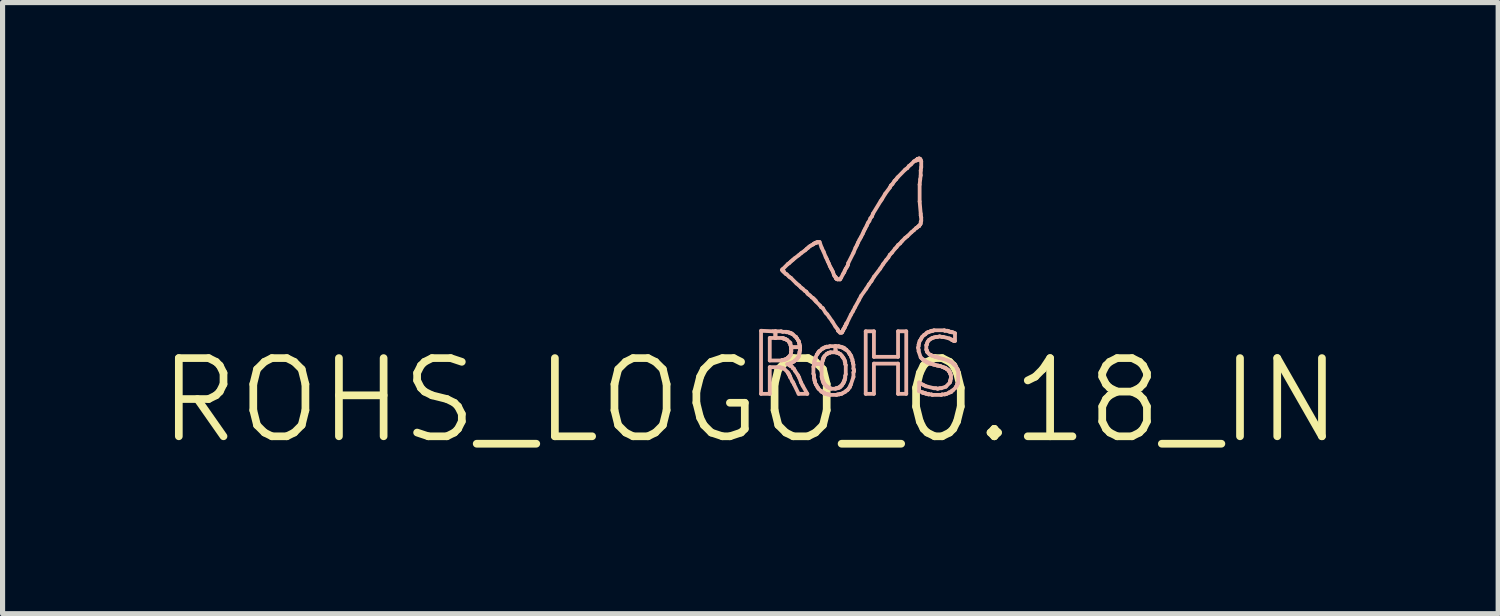
<source format=kicad_pcb>
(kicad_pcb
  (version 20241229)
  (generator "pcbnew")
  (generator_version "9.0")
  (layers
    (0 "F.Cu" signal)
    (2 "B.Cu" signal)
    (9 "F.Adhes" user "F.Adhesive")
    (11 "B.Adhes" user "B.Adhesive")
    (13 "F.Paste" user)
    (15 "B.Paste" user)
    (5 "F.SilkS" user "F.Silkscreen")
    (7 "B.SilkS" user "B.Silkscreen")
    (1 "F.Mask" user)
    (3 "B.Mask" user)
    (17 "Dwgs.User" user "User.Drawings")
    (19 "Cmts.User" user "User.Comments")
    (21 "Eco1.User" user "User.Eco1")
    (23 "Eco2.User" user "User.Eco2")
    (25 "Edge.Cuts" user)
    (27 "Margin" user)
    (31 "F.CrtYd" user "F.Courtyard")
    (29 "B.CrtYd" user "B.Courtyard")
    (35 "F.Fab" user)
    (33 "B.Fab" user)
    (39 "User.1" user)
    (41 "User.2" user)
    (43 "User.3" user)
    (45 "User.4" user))
  (footprint "ROHS_LOGO_0.18_IN"
    (layer "F.Cu")
    (at 11.575 4.756)
    (property "Reference" "ROHS_LOGO_0.18_IN" (at 0 0 0) (layer "F.SilkS") (effects (font (size 1.524 1.524) (thickness 0.15))))
    (attr exclude_from_pos_files exclude_from_bom)
    (fp_line (start 0.208 -1.359) (end 0.208 -0.13) (stroke (width 0.074) (type solid)) (layer "B.SilkS"))
    (fp_line (start 0.208 -0.13) (end 0.378 -0.13) (stroke (width 0.074) (type solid)) (layer "B.SilkS"))
    (fp_line (start 0.378 -1.219) (end 0.488 -1.219) (stroke (width 0.074) (type solid)) (layer "B.SilkS"))
    (fp_line (start 0.378 -0.78) (end 0.378 -1.219) (stroke (width 0.074) (type solid)) (layer "B.SilkS"))
    (fp_line (start 0.378 -0.65) (end 0.569 -0.65) (stroke (width 0.074) (type solid)) (layer "B.SilkS"))
    (fp_line (start 0.378 -0.13) (end 0.378 -0.65) (stroke (width 0.074) (type solid)) (layer "B.SilkS"))
    (fp_line (start 0.439 -1.349) (end 0.208 -1.359) (stroke (width 0.074) (type solid)) (layer "B.SilkS"))
    (fp_line (start 0.488 -1.349) (end 0.439 -1.349) (stroke (width 0.074) (type solid)) (layer "B.SilkS"))
    (fp_line (start 0.488 -1.349) (end 0.488 -1.219) (stroke (width 0.074) (type solid)) (layer "B.SilkS"))
    (fp_line (start 0.488 -1.219) (end 0.488 -1.349) (stroke (width 0.074) (type solid)) (layer "B.SilkS"))
    (fp_line (start 0.488 -1.219) (end 0.63 -1.219) (stroke (width 0.074) (type solid)) (layer "B.SilkS"))
    (fp_line (start 0.569 -0.65) (end 0.589 -0.64) (stroke (width 0.074) (type solid)) (layer "B.SilkS"))
    (fp_line (start 0.589 -0.64) (end 0.61 -0.64) (stroke (width 0.074) (type solid)) (layer "B.SilkS"))
    (fp_line (start 0.599 -1.349) (end 0.488 -1.349) (stroke (width 0.074) (type solid)) (layer "B.SilkS"))
    (fp_line (start 0.61 -0.78) (end 0.378 -0.78) (stroke (width 0.074) (type solid)) (layer "B.SilkS"))
    (fp_line (start 0.61 -0.64) (end 0.63 -0.63) (stroke (width 0.074) (type solid)) (layer "B.SilkS"))
    (fp_line (start 0.62 -2.55) (end 0.63 -2.55) (stroke (width 0.074) (type solid)) (layer "B.SilkS"))
    (fp_line (start 0.62 -2.54) (end 0.62 -2.55) (stroke (width 0.074) (type solid)) (layer "B.SilkS"))
    (fp_line (start 0.62 -0.79) (end 0.61 -0.78) (stroke (width 0.074) (type solid)) (layer "B.SilkS"))
    (fp_line (start 0.63 -2.56) (end 0.729 -2.659) (stroke (width 0.074) (type solid)) (layer "B.SilkS"))
    (fp_line (start 0.63 -2.55) (end 0.63 -2.56) (stroke (width 0.074) (type solid)) (layer "B.SilkS"))
    (fp_line (start 0.63 -2.54) (end 0.62 -2.54) (stroke (width 0.074) (type solid)) (layer "B.SilkS"))
    (fp_line (start 0.63 -2.53) (end 0.63 -2.54) (stroke (width 0.074) (type solid)) (layer "B.SilkS"))
    (fp_line (start 0.63 -1.339) (end 0.599 -1.349) (stroke (width 0.074) (type solid)) (layer "B.SilkS"))
    (fp_line (start 0.63 -1.219) (end 0.638 -1.209) (stroke (width 0.074) (type solid)) (layer "B.SilkS"))
    (fp_line (start 0.63 -0.63) (end 0.638 -0.63) (stroke (width 0.074) (type solid)) (layer "B.SilkS"))
    (fp_line (start 0.638 -2.52) (end 0.63 -2.53) (stroke (width 0.074) (type solid)) (layer "B.SilkS"))
    (fp_line (start 0.638 -1.209) (end 0.658 -1.209) (stroke (width 0.074) (type solid)) (layer "B.SilkS"))
    (fp_line (start 0.638 -0.63) (end 0.658 -0.62) (stroke (width 0.074) (type solid)) (layer "B.SilkS"))
    (fp_line (start 0.648 -2.52) (end 0.638 -2.52) (stroke (width 0.074) (type solid)) (layer "B.SilkS"))
    (fp_line (start 0.658 -2.499) (end 0.648 -2.52) (stroke (width 0.074) (type solid)) (layer "B.SilkS"))
    (fp_line (start 0.658 -1.209) (end 0.668 -1.199) (stroke (width 0.074) (type solid)) (layer "B.SilkS"))
    (fp_line (start 0.658 -0.79) (end 0.62 -0.79) (stroke (width 0.074) (type solid)) (layer "B.SilkS"))
    (fp_line (start 0.658 -0.62) (end 0.729 -0.549) (stroke (width 0.074) (type solid)) (layer "B.SilkS"))
    (fp_line (start 0.668 -1.199) (end 0.688 -1.199) (stroke (width 0.074) (type solid)) (layer "B.SilkS"))
    (fp_line (start 0.668 -0.8) (end 0.658 -0.79) (stroke (width 0.074) (type solid)) (layer "B.SilkS"))
    (fp_line (start 0.688 -2.469) (end 0.658 -2.499) (stroke (width 0.074) (type solid)) (layer "B.SilkS"))
    (fp_line (start 0.688 -1.199) (end 0.709 -1.179) (stroke (width 0.074) (type solid)) (layer "B.SilkS"))
    (fp_line (start 0.688 -0.8) (end 0.668 -0.8) (stroke (width 0.074) (type solid)) (layer "B.SilkS"))
    (fp_line (start 0.699 -1.339) (end 0.63 -1.339) (stroke (width 0.074) (type solid)) (layer "B.SilkS"))
    (fp_line (start 0.699 -0.81) (end 0.688 -0.8) (stroke (width 0.074) (type solid)) (layer "B.SilkS"))
    (fp_line (start 0.709 -2.459) (end 0.688 -2.469) (stroke (width 0.074) (type solid)) (layer "B.SilkS"))
    (fp_line (start 0.709 -1.331) (end 0.699 -1.339) (stroke (width 0.074) (type solid)) (layer "B.SilkS"))
    (fp_line (start 0.709 -1.179) (end 0.719 -1.179) (stroke (width 0.074) (type solid)) (layer "B.SilkS"))
    (fp_line (start 0.709 -0.81) (end 0.699 -0.81) (stroke (width 0.074) (type solid)) (layer "B.SilkS"))
    (fp_line (start 0.719 -1.179) (end 0.759 -1.14) (stroke (width 0.074) (type solid)) (layer "B.SilkS"))
    (fp_line (start 0.719 -0.82) (end 0.709 -0.81) (stroke (width 0.074) (type solid)) (layer "B.SilkS"))
    (fp_line (start 0.719 -0.709) (end 0.759 -0.719) (stroke (width 0.074) (type solid)) (layer "B.SilkS"))
    (fp_line (start 0.729 -2.659) (end 0.759 -2.68) (stroke (width 0.074) (type solid)) (layer "B.SilkS"))
    (fp_line (start 0.729 -0.831) (end 0.729 -0.82) (stroke (width 0.074) (type solid)) (layer "B.SilkS"))
    (fp_line (start 0.729 -0.82) (end 0.719 -0.82) (stroke (width 0.074) (type solid)) (layer "B.SilkS"))
    (fp_line (start 0.729 -0.549) (end 0.729 -0.538) (stroke (width 0.074) (type solid)) (layer "B.SilkS"))
    (fp_line (start 0.729 -0.538) (end 0.749 -0.521) (stroke (width 0.074) (type solid)) (layer "B.SilkS"))
    (fp_line (start 0.739 -1.331) (end 0.709 -1.331) (stroke (width 0.074) (type solid)) (layer "B.SilkS"))
    (fp_line (start 0.739 -0.841) (end 0.729 -0.831) (stroke (width 0.074) (type solid)) (layer "B.SilkS"))
    (fp_line (start 0.749 -0.841) (end 0.739 -0.841) (stroke (width 0.074) (type solid)) (layer "B.SilkS"))
    (fp_line (start 0.749 -0.521) (end 0.749 -0.511) (stroke (width 0.074) (type solid)) (layer "B.SilkS"))
    (fp_line (start 0.749 -0.511) (end 0.759 -0.49) (stroke (width 0.074) (type solid)) (layer "B.SilkS"))
    (fp_line (start 0.759 -2.68) (end 0.79 -2.71) (stroke (width 0.074) (type solid)) (layer "B.SilkS"))
    (fp_line (start 0.759 -2.41) (end 0.709 -2.459) (stroke (width 0.074) (type solid)) (layer "B.SilkS"))
    (fp_line (start 0.759 -1.321) (end 0.739 -1.331) (stroke (width 0.074) (type solid)) (layer "B.SilkS"))
    (fp_line (start 0.759 -1.14) (end 0.759 -1.13) (stroke (width 0.074) (type solid)) (layer "B.SilkS"))
    (fp_line (start 0.759 -1.13) (end 0.77 -1.12) (stroke (width 0.074) (type solid)) (layer "B.SilkS"))
    (fp_line (start 0.759 -0.859) (end 0.759 -0.851) (stroke (width 0.074) (type solid)) (layer "B.SilkS"))
    (fp_line (start 0.759 -0.851) (end 0.749 -0.841) (stroke (width 0.074) (type solid)) (layer "B.SilkS"))
    (fp_line (start 0.759 -0.719) (end 0.78 -0.729) (stroke (width 0.074) (type solid)) (layer "B.SilkS"))
    (fp_line (start 0.759 -0.691) (end 0.719 -0.709) (stroke (width 0.074) (type solid)) (layer "B.SilkS"))
    (fp_line (start 0.759 -0.49) (end 0.77 -0.48) (stroke (width 0.074) (type solid)) (layer "B.SilkS"))
    (fp_line (start 0.77 -1.321) (end 0.759 -1.321) (stroke (width 0.074) (type solid)) (layer "B.SilkS"))
    (fp_line (start 0.77 -1.12) (end 0.78 -1.12) (stroke (width 0.074) (type solid)) (layer "B.SilkS"))
    (fp_line (start 0.77 -0.681) (end 0.759 -0.691) (stroke (width 0.074) (type solid)) (layer "B.SilkS"))
    (fp_line (start 0.77 -0.48) (end 0.77 -0.46) (stroke (width 0.074) (type solid)) (layer "B.SilkS"))
    (fp_line (start 0.77 -0.46) (end 0.78 -0.45) (stroke (width 0.074) (type solid)) (layer "B.SilkS"))
    (fp_line (start 0.78 -1.311) (end 0.77 -1.321) (stroke (width 0.074) (type solid)) (layer "B.SilkS"))
    (fp_line (start 0.78 -1.12) (end 0.78 -1.079) (stroke (width 0.074) (type solid)) (layer "B.SilkS"))
    (fp_line (start 0.78 -1.079) (end 0.79 -1.069) (stroke (width 0.074) (type solid)) (layer "B.SilkS"))
    (fp_line (start 0.78 -0.889) (end 0.78 -0.879) (stroke (width 0.074) (type solid)) (layer "B.SilkS"))
    (fp_line (start 0.78 -0.879) (end 0.759 -0.859) (stroke (width 0.074) (type solid)) (layer "B.SilkS"))
    (fp_line (start 0.78 -0.729) (end 0.808 -0.739) (stroke (width 0.074) (type solid)) (layer "B.SilkS"))
    (fp_line (start 0.78 -0.45) (end 0.818 -0.371) (stroke (width 0.074) (type solid)) (layer "B.SilkS"))
    (fp_line (start 0.79 -2.71) (end 0.828 -2.741) (stroke (width 0.074) (type solid)) (layer "B.SilkS"))
    (fp_line (start 0.79 -2.39) (end 0.759 -2.41) (stroke (width 0.074) (type solid)) (layer "B.SilkS"))
    (fp_line (start 0.79 -1.069) (end 0.79 -1.039) (stroke (width 0.074) (type solid)) (layer "B.SilkS"))
    (fp_line (start 0.79 -1.039) (end 0.79 -1.011) (stroke (width 0.074) (type solid)) (layer "B.SilkS"))
    (fp_line (start 0.79 -1.039) (end 0.968 -1.039) (stroke (width 0.074) (type solid)) (layer "B.SilkS"))
    (fp_line (start 0.79 -1.011) (end 0.798 -1.001) (stroke (width 0.074) (type solid)) (layer "B.SilkS"))
    (fp_line (start 0.79 -0.95) (end 0.79 -0.899) (stroke (width 0.074) (type solid)) (layer "B.SilkS"))
    (fp_line (start 0.79 -0.899) (end 0.78 -0.889) (stroke (width 0.074) (type solid)) (layer "B.SilkS"))
    (fp_line (start 0.79 -0.671) (end 0.77 -0.681) (stroke (width 0.074) (type solid)) (layer "B.SilkS"))
    (fp_line (start 0.798 -1.311) (end 0.78 -1.311) (stroke (width 0.074) (type solid)) (layer "B.SilkS"))
    (fp_line (start 0.798 -1.001) (end 0.798 -0.96) (stroke (width 0.074) (type solid)) (layer "B.SilkS"))
    (fp_line (start 0.798 -0.96) (end 0.79 -0.95) (stroke (width 0.074) (type solid)) (layer "B.SilkS"))
    (fp_line (start 0.798 -0.671) (end 0.79 -0.671) (stroke (width 0.074) (type solid)) (layer "B.SilkS"))
    (fp_line (start 0.808 -1.3) (end 0.798 -1.311) (stroke (width 0.074) (type solid)) (layer "B.SilkS"))
    (fp_line (start 0.808 -0.739) (end 0.848 -0.759) (stroke (width 0.074) (type solid)) (layer "B.SilkS"))
    (fp_line (start 0.818 -0.65) (end 0.798 -0.671) (stroke (width 0.074) (type solid)) (layer "B.SilkS"))
    (fp_line (start 0.818 -0.371) (end 0.828 -0.361) (stroke (width 0.074) (type solid)) (layer "B.SilkS"))
    (fp_line (start 0.828 -2.741) (end 0.859 -2.769) (stroke (width 0.074) (type solid)) (layer "B.SilkS"))
    (fp_line (start 0.828 -1.29) (end 0.808 -1.3) (stroke (width 0.074) (type solid)) (layer "B.SilkS"))
    (fp_line (start 0.828 -0.63) (end 0.818 -0.65) (stroke (width 0.074) (type solid)) (layer "B.SilkS"))
    (fp_line (start 0.828 -0.361) (end 0.848 -0.32) (stroke (width 0.074) (type solid)) (layer "B.SilkS"))
    (fp_line (start 0.848 -0.759) (end 0.869 -0.78) (stroke (width 0.074) (type solid)) (layer "B.SilkS"))
    (fp_line (start 0.848 -0.62) (end 0.828 -0.63) (stroke (width 0.074) (type solid)) (layer "B.SilkS"))
    (fp_line (start 0.848 -0.32) (end 0.94 -0.13) (stroke (width 0.074) (type solid)) (layer "B.SilkS"))
    (fp_line (start 0.859 -2.769) (end 0.94 -2.83) (stroke (width 0.074) (type solid)) (layer "B.SilkS"))
    (fp_line (start 0.869 -1.25) (end 0.828 -1.29) (stroke (width 0.074) (type solid)) (layer "B.SilkS"))
    (fp_line (start 0.869 -0.78) (end 0.889 -0.79) (stroke (width 0.074) (type solid)) (layer "B.SilkS"))
    (fp_line (start 0.869 -0.579) (end 0.848 -0.62) (stroke (width 0.074) (type solid)) (layer "B.SilkS"))
    (fp_line (start 0.889 -1.24) (end 0.869 -1.25) (stroke (width 0.074) (type solid)) (layer "B.SilkS"))
    (fp_line (start 0.889 -0.79) (end 0.909 -0.81) (stroke (width 0.074) (type solid)) (layer "B.SilkS"))
    (fp_line (start 0.899 -2.281) (end 0.79 -2.39) (stroke (width 0.074) (type solid)) (layer "B.SilkS"))
    (fp_line (start 0.899 -1.219) (end 0.889 -1.24) (stroke (width 0.074) (type solid)) (layer "B.SilkS"))
    (fp_line (start 0.909 -1.209) (end 0.899 -1.219) (stroke (width 0.074) (type solid)) (layer "B.SilkS"))
    (fp_line (start 0.909 -0.81) (end 0.919 -0.831) (stroke (width 0.074) (type solid)) (layer "B.SilkS"))
    (fp_line (start 0.919 -0.831) (end 0.94 -0.851) (stroke (width 0.074) (type solid)) (layer "B.SilkS"))
    (fp_line (start 0.93 -1.171) (end 0.909 -1.209) (stroke (width 0.074) (type solid)) (layer "B.SilkS"))
    (fp_line (start 0.93 -0.49) (end 0.869 -0.579) (stroke (width 0.074) (type solid)) (layer "B.SilkS"))
    (fp_line (start 0.94 -2.83) (end 0.988 -2.87) (stroke (width 0.074) (type solid)) (layer "B.SilkS"))
    (fp_line (start 0.94 -1.161) (end 0.93 -1.171) (stroke (width 0.074) (type solid)) (layer "B.SilkS"))
    (fp_line (start 0.94 -0.851) (end 0.95 -0.879) (stroke (width 0.074) (type solid)) (layer "B.SilkS"))
    (fp_line (start 0.94 -0.13) (end 1.11 -0.13) (stroke (width 0.074) (type solid)) (layer "B.SilkS"))
    (fp_line (start 0.95 -2.24) (end 0.899 -2.281) (stroke (width 0.074) (type solid)) (layer "B.SilkS"))
    (fp_line (start 0.95 -1.14) (end 0.94 -1.161) (stroke (width 0.074) (type solid)) (layer "B.SilkS"))
    (fp_line (start 0.95 -1.12) (end 0.95 -1.14) (stroke (width 0.074) (type solid)) (layer "B.SilkS"))
    (fp_line (start 0.95 -0.899) (end 0.958 -0.93) (stroke (width 0.074) (type solid)) (layer "B.SilkS"))
    (fp_line (start 0.95 -0.879) (end 0.95 -0.899) (stroke (width 0.074) (type solid)) (layer "B.SilkS"))
    (fp_line (start 0.95 -0.45) (end 0.93 -0.49) (stroke (width 0.074) (type solid)) (layer "B.SilkS"))
    (fp_line (start 0.958 -1.1) (end 0.95 -1.12) (stroke (width 0.074) (type solid)) (layer "B.SilkS"))
    (fp_line (start 0.958 -1.079) (end 0.958 -1.1) (stroke (width 0.074) (type solid)) (layer "B.SilkS"))
    (fp_line (start 0.958 -0.95) (end 0.968 -0.98) (stroke (width 0.074) (type solid)) (layer "B.SilkS"))
    (fp_line (start 0.958 -0.93) (end 0.958 -0.95) (stroke (width 0.074) (type solid)) (layer "B.SilkS"))
    (fp_line (start 0.968 -1.059) (end 0.958 -1.079) (stroke (width 0.074) (type solid)) (layer "B.SilkS"))
    (fp_line (start 0.968 -1.039) (end 0.79 -1.039) (stroke (width 0.074) (type solid)) (layer "B.SilkS"))
    (fp_line (start 0.968 -1.039) (end 0.968 -1.059) (stroke (width 0.074) (type solid)) (layer "B.SilkS"))
    (fp_line (start 0.968 -0.98) (end 0.968 -1.039) (stroke (width 0.074) (type solid)) (layer "B.SilkS"))
    (fp_line (start 0.988 -2.87) (end 1.069 -2.929) (stroke (width 0.074) (type solid)) (layer "B.SilkS"))
    (fp_line (start 0.988 -2.2) (end 0.95 -2.24) (stroke (width 0.074) (type solid)) (layer "B.SilkS"))
    (fp_line (start 0.988 -0.351) (end 0.95 -0.45) (stroke (width 0.074) (type solid)) (layer "B.SilkS"))
    (fp_line (start 1.019 -2.179) (end 0.988 -2.2) (stroke (width 0.074) (type solid)) (layer "B.SilkS"))
    (fp_line (start 1.019 -0.29) (end 0.988 -0.351) (stroke (width 0.074) (type solid)) (layer "B.SilkS"))
    (fp_line (start 1.059 -2.139) (end 1.019 -2.179) (stroke (width 0.074) (type solid)) (layer "B.SilkS"))
    (fp_line (start 1.069 -2.929) (end 1.1 -2.959) (stroke (width 0.074) (type solid)) (layer "B.SilkS"))
    (fp_line (start 1.09 -2.121) (end 1.059 -2.139) (stroke (width 0.074) (type solid)) (layer "B.SilkS"))
    (fp_line (start 1.1 -2.959) (end 1.128 -2.979) (stroke (width 0.074) (type solid)) (layer "B.SilkS"))
    (fp_line (start 1.11 -2.09) (end 1.09 -2.121) (stroke (width 0.074) (type solid)) (layer "B.SilkS"))
    (fp_line (start 1.11 -0.13) (end 1.019 -0.29) (stroke (width 0.074) (type solid)) (layer "B.SilkS"))
    (fp_line (start 1.128 -2.979) (end 1.148 -3) (stroke (width 0.074) (type solid)) (layer "B.SilkS"))
    (fp_line (start 1.128 -2.07) (end 1.11 -2.09) (stroke (width 0.074) (type solid)) (layer "B.SilkS"))
    (fp_line (start 1.148 -3) (end 1.179 -3.02) (stroke (width 0.074) (type solid)) (layer "B.SilkS"))
    (fp_line (start 1.158 -2.05) (end 1.128 -2.07) (stroke (width 0.074) (type solid)) (layer "B.SilkS"))
    (fp_line (start 1.179 -3.02) (end 1.219 -3.04) (stroke (width 0.074) (type solid)) (layer "B.SilkS"))
    (fp_line (start 1.199 -2.009) (end 1.158 -2.05) (stroke (width 0.074) (type solid)) (layer "B.SilkS"))
    (fp_line (start 1.219 -3.04) (end 1.229 -3.051) (stroke (width 0.074) (type solid)) (layer "B.SilkS"))
    (fp_line (start 1.219 -1.999) (end 1.199 -2.009) (stroke (width 0.074) (type solid)) (layer "B.SilkS"))
    (fp_line (start 1.229 -3.051) (end 1.25 -3.061) (stroke (width 0.074) (type solid)) (layer "B.SilkS"))
    (fp_line (start 1.229 -0.66) (end 1.229 -0.521) (stroke (width 0.074) (type solid)) (layer "B.SilkS"))
    (fp_line (start 1.229 -0.521) (end 1.24 -0.49) (stroke (width 0.074) (type solid)) (layer "B.SilkS"))
    (fp_line (start 1.24 -1.979) (end 1.219 -1.999) (stroke (width 0.074) (type solid)) (layer "B.SilkS"))
    (fp_line (start 1.24 -0.729) (end 1.24 -0.709) (stroke (width 0.074) (type solid)) (layer "B.SilkS"))
    (fp_line (start 1.24 -0.709) (end 1.24 -0.671) (stroke (width 0.074) (type solid)) (layer "B.SilkS"))
    (fp_line (start 1.24 -0.709) (end 1.4 -0.709) (stroke (width 0.074) (type solid)) (layer "B.SilkS"))
    (fp_line (start 1.24 -0.671) (end 1.229 -0.66) (stroke (width 0.074) (type solid)) (layer "B.SilkS"))
    (fp_line (start 1.24 -0.49) (end 1.24 -0.439) (stroke (width 0.074) (type solid)) (layer "B.SilkS"))
    (fp_line (start 1.24 -0.439) (end 1.25 -0.409) (stroke (width 0.074) (type solid)) (layer "B.SilkS"))
    (fp_line (start 1.25 -3.061) (end 1.26 -3.071) (stroke (width 0.074) (type solid)) (layer "B.SilkS"))
    (fp_line (start 1.25 -1.961) (end 1.24 -1.979) (stroke (width 0.074) (type solid)) (layer "B.SilkS"))
    (fp_line (start 1.25 -0.78) (end 1.25 -0.759) (stroke (width 0.074) (type solid)) (layer "B.SilkS"))
    (fp_line (start 1.25 -0.759) (end 1.24 -0.729) (stroke (width 0.074) (type solid)) (layer "B.SilkS"))
    (fp_line (start 1.25 -0.409) (end 1.25 -0.389) (stroke (width 0.074) (type solid)) (layer "B.SilkS"))
    (fp_line (start 1.25 -0.389) (end 1.26 -0.371) (stroke (width 0.074) (type solid)) (layer "B.SilkS"))
    (fp_line (start 1.26 -3.071) (end 1.27 -3.071) (stroke (width 0.074) (type solid)) (layer "B.SilkS"))
    (fp_line (start 1.26 -0.371) (end 1.26 -0.351) (stroke (width 0.074) (type solid)) (layer "B.SilkS"))
    (fp_line (start 1.26 -0.351) (end 1.278 -0.31) (stroke (width 0.074) (type solid)) (layer "B.SilkS"))
    (fp_line (start 1.27 -3.071) (end 1.278 -3.078) (stroke (width 0.074) (type solid)) (layer "B.SilkS"))
    (fp_line (start 1.27 -1.951) (end 1.25 -1.961) (stroke (width 0.074) (type solid)) (layer "B.SilkS"))
    (fp_line (start 1.27 -0.841) (end 1.27 -0.82) (stroke (width 0.074) (type solid)) (layer "B.SilkS"))
    (fp_line (start 1.27 -0.82) (end 1.25 -0.78) (stroke (width 0.074) (type solid)) (layer "B.SilkS"))
    (fp_line (start 1.278 -3.078) (end 1.298 -3.078) (stroke (width 0.074) (type solid)) (layer "B.SilkS"))
    (fp_line (start 1.278 -1.93) (end 1.27 -1.951) (stroke (width 0.074) (type solid)) (layer "B.SilkS"))
    (fp_line (start 1.278 -0.31) (end 1.288 -0.3) (stroke (width 0.074) (type solid)) (layer "B.SilkS"))
    (fp_line (start 1.288 -0.3) (end 1.308 -0.259) (stroke (width 0.074) (type solid)) (layer "B.SilkS"))
    (fp_line (start 1.298 -3.078) (end 1.308 -3.089) (stroke (width 0.074) (type solid)) (layer "B.SilkS"))
    (fp_line (start 1.298 -0.899) (end 1.27 -0.841) (stroke (width 0.074) (type solid)) (layer "B.SilkS"))
    (fp_line (start 1.308 -3.089) (end 1.349 -3.089) (stroke (width 0.074) (type solid)) (layer "B.SilkS"))
    (fp_line (start 1.308 -0.909) (end 1.298 -0.899) (stroke (width 0.074) (type solid)) (layer "B.SilkS"))
    (fp_line (start 1.308 -0.259) (end 1.318 -0.249) (stroke (width 0.074) (type solid)) (layer "B.SilkS"))
    (fp_line (start 1.318 -0.93) (end 1.308 -0.909) (stroke (width 0.074) (type solid)) (layer "B.SilkS"))
    (fp_line (start 1.318 -0.249) (end 1.328 -0.229) (stroke (width 0.074) (type solid)) (layer "B.SilkS"))
    (fp_line (start 1.328 -0.94) (end 1.318 -0.93) (stroke (width 0.074) (type solid)) (layer "B.SilkS"))
    (fp_line (start 1.328 -0.229) (end 1.379 -0.18) (stroke (width 0.074) (type solid)) (layer "B.SilkS"))
    (fp_line (start 1.339 -0.96) (end 1.328 -0.94) (stroke (width 0.074) (type solid)) (layer "B.SilkS"))
    (fp_line (start 1.349 -3.089) (end 1.389 -2.979) (stroke (width 0.074) (type solid)) (layer "B.SilkS"))
    (fp_line (start 1.359 -1.849) (end 1.278 -1.93) (stroke (width 0.074) (type solid)) (layer "B.SilkS"))
    (fp_line (start 1.359 -0.97) (end 1.339 -0.96) (stroke (width 0.074) (type solid)) (layer "B.SilkS"))
    (fp_line (start 1.379 -1.819) (end 1.359 -1.849) (stroke (width 0.074) (type solid)) (layer "B.SilkS"))
    (fp_line (start 1.379 -0.18) (end 1.389 -0.18) (stroke (width 0.074) (type solid)) (layer "B.SilkS"))
    (fp_line (start 1.389 -2.979) (end 1.427 -2.901) (stroke (width 0.074) (type solid)) (layer "B.SilkS"))
    (fp_line (start 1.389 -0.691) (end 1.4 -0.709) (stroke (width 0.074) (type solid)) (layer "B.SilkS"))
    (fp_line (start 1.389 -0.46) (end 1.389 -0.691) (stroke (width 0.074) (type solid)) (layer "B.SilkS"))
    (fp_line (start 1.389 -0.18) (end 1.389 -0.17) (stroke (width 0.074) (type solid)) (layer "B.SilkS"))
    (fp_line (start 1.389 -0.17) (end 1.4 -0.17) (stroke (width 0.074) (type solid)) (layer "B.SilkS"))
    (fp_line (start 1.4 -1.011) (end 1.359 -0.97) (stroke (width 0.074) (type solid)) (layer "B.SilkS"))
    (fp_line (start 1.4 -0.759) (end 1.41 -0.77) (stroke (width 0.074) (type solid)) (layer "B.SilkS"))
    (fp_line (start 1.4 -0.709) (end 1.24 -0.709) (stroke (width 0.074) (type solid)) (layer "B.SilkS"))
    (fp_line (start 1.4 -0.709) (end 1.4 -0.759) (stroke (width 0.074) (type solid)) (layer "B.SilkS"))
    (fp_line (start 1.4 -0.439) (end 1.389 -0.46) (stroke (width 0.074) (type solid)) (layer "B.SilkS"))
    (fp_line (start 1.4 -0.419) (end 1.4 -0.439) (stroke (width 0.074) (type solid)) (layer "B.SilkS"))
    (fp_line (start 1.4 -0.17) (end 1.41 -0.16) (stroke (width 0.074) (type solid)) (layer "B.SilkS"))
    (fp_line (start 1.41 -1.801) (end 1.379 -1.819) (stroke (width 0.074) (type solid)) (layer "B.SilkS"))
    (fp_line (start 1.41 -1.011) (end 1.4 -1.011) (stroke (width 0.074) (type solid)) (layer "B.SilkS"))
    (fp_line (start 1.41 -0.79) (end 1.42 -0.8) (stroke (width 0.074) (type solid)) (layer "B.SilkS"))
    (fp_line (start 1.41 -0.77) (end 1.41 -0.79) (stroke (width 0.074) (type solid)) (layer "B.SilkS"))
    (fp_line (start 1.41 -0.399) (end 1.4 -0.419) (stroke (width 0.074) (type solid)) (layer "B.SilkS"))
    (fp_line (start 1.41 -0.381) (end 1.41 -0.399) (stroke (width 0.074) (type solid)) (layer "B.SilkS"))
    (fp_line (start 1.41 -0.16) (end 1.42 -0.16) (stroke (width 0.074) (type solid)) (layer "B.SilkS"))
    (fp_line (start 1.42 -0.82) (end 1.427 -0.831) (stroke (width 0.074) (type solid)) (layer "B.SilkS"))
    (fp_line (start 1.42 -0.8) (end 1.42 -0.82) (stroke (width 0.074) (type solid)) (layer "B.SilkS"))
    (fp_line (start 1.42 -0.361) (end 1.41 -0.381) (stroke (width 0.074) (type solid)) (layer "B.SilkS"))
    (fp_line (start 1.42 -0.16) (end 1.427 -0.15) (stroke (width 0.074) (type solid)) (layer "B.SilkS"))
    (fp_line (start 1.427 -2.901) (end 1.468 -2.799) (stroke (width 0.074) (type solid)) (layer "B.SilkS"))
    (fp_line (start 1.427 -1.019) (end 1.41 -1.011) (stroke (width 0.074) (type solid)) (layer "B.SilkS"))
    (fp_line (start 1.427 -0.841) (end 1.438 -0.851) (stroke (width 0.074) (type solid)) (layer "B.SilkS"))
    (fp_line (start 1.427 -0.831) (end 1.427 -0.841) (stroke (width 0.074) (type solid)) (layer "B.SilkS"))
    (fp_line (start 1.427 -0.351) (end 1.42 -0.361) (stroke (width 0.074) (type solid)) (layer "B.SilkS"))
    (fp_line (start 1.427 -0.34) (end 1.427 -0.351) (stroke (width 0.074) (type solid)) (layer "B.SilkS"))
    (fp_line (start 1.427 -0.15) (end 1.438 -0.15) (stroke (width 0.074) (type solid)) (layer "B.SilkS"))
    (fp_line (start 1.438 -1.029) (end 1.427 -1.019) (stroke (width 0.074) (type solid)) (layer "B.SilkS"))
    (fp_line (start 1.438 -0.851) (end 1.448 -0.869) (stroke (width 0.074) (type solid)) (layer "B.SilkS"))
    (fp_line (start 1.438 -0.15) (end 1.438 -0.14) (stroke (width 0.074) (type solid)) (layer "B.SilkS"))
    (fp_line (start 1.438 -0.14) (end 1.448 -0.14) (stroke (width 0.074) (type solid)) (layer "B.SilkS"))
    (fp_line (start 1.448 -0.869) (end 1.488 -0.909) (stroke (width 0.074) (type solid)) (layer "B.SilkS"))
    (fp_line (start 1.448 -0.32) (end 1.427 -0.34) (stroke (width 0.074) (type solid)) (layer "B.SilkS"))
    (fp_line (start 1.448 -0.31) (end 1.448 -0.32) (stroke (width 0.074) (type solid)) (layer "B.SilkS"))
    (fp_line (start 1.448 -0.14) (end 1.458 -0.13) (stroke (width 0.074) (type solid)) (layer "B.SilkS"))
    (fp_line (start 1.458 -1.039) (end 1.438 -1.029) (stroke (width 0.074) (type solid)) (layer "B.SilkS"))
    (fp_line (start 1.458 -0.13) (end 1.488 -0.13) (stroke (width 0.074) (type solid)) (layer "B.SilkS"))
    (fp_line (start 1.468 -2.799) (end 1.488 -2.761) (stroke (width 0.074) (type solid)) (layer "B.SilkS"))
    (fp_line (start 1.468 -1.709) (end 1.41 -1.801) (stroke (width 0.074) (type solid)) (layer "B.SilkS"))
    (fp_line (start 1.478 -1.039) (end 1.458 -1.039) (stroke (width 0.074) (type solid)) (layer "B.SilkS"))
    (fp_line (start 1.478 -0.279) (end 1.448 -0.31) (stroke (width 0.074) (type solid)) (layer "B.SilkS"))
    (fp_line (start 1.488 -2.761) (end 1.509 -2.71) (stroke (width 0.074) (type solid)) (layer "B.SilkS"))
    (fp_line (start 1.488 -1.049) (end 1.478 -1.039) (stroke (width 0.074) (type solid)) (layer "B.SilkS"))
    (fp_line (start 1.488 -0.909) (end 1.499 -0.909) (stroke (width 0.074) (type solid)) (layer "B.SilkS"))
    (fp_line (start 1.488 -0.279) (end 1.478 -0.279) (stroke (width 0.074) (type solid)) (layer "B.SilkS"))
    (fp_line (start 1.488 -0.13) (end 1.499 -0.119) (stroke (width 0.074) (type solid)) (layer "B.SilkS"))
    (fp_line (start 1.499 -1.679) (end 1.468 -1.709) (stroke (width 0.074) (type solid)) (layer "B.SilkS"))
    (fp_line (start 1.499 -0.909) (end 1.519 -0.93) (stroke (width 0.074) (type solid)) (layer "B.SilkS"))
    (fp_line (start 1.499 -0.269) (end 1.488 -0.279) (stroke (width 0.074) (type solid)) (layer "B.SilkS"))
    (fp_line (start 1.499 -0.259) (end 1.499 -0.269) (stroke (width 0.074) (type solid)) (layer "B.SilkS"))
    (fp_line (start 1.499 -0.119) (end 1.529 -0.119) (stroke (width 0.074) (type solid)) (layer "B.SilkS"))
    (fp_line (start 1.509 -2.71) (end 1.529 -2.67) (stroke (width 0.074) (type solid)) (layer "B.SilkS"))
    (fp_line (start 1.509 -0.259) (end 1.499 -0.259) (stroke (width 0.074) (type solid)) (layer "B.SilkS"))
    (fp_line (start 1.519 -0.93) (end 1.549 -0.93) (stroke (width 0.074) (type solid)) (layer "B.SilkS"))
    (fp_line (start 1.529 -2.67) (end 1.549 -2.619) (stroke (width 0.074) (type solid)) (layer "B.SilkS"))
    (fp_line (start 1.529 -1.049) (end 1.488 -1.049) (stroke (width 0.074) (type solid)) (layer "B.SilkS"))
    (fp_line (start 1.529 -0.249) (end 1.509 -0.259) (stroke (width 0.074) (type solid)) (layer "B.SilkS"))
    (fp_line (start 1.529 -0.119) (end 1.549 -0.109) (stroke (width 0.074) (type solid)) (layer "B.SilkS"))
    (fp_line (start 1.539 -1.621) (end 1.499 -1.679) (stroke (width 0.074) (type solid)) (layer "B.SilkS"))
    (fp_line (start 1.539 -0.249) (end 1.529 -0.249) (stroke (width 0.074) (type solid)) (layer "B.SilkS"))
    (fp_line (start 1.549 -2.619) (end 1.57 -2.581) (stroke (width 0.074) (type solid)) (layer "B.SilkS"))
    (fp_line (start 1.549 -1.059) (end 1.529 -1.049) (stroke (width 0.074) (type solid)) (layer "B.SilkS"))
    (fp_line (start 1.549 -0.93) (end 1.56 -0.94) (stroke (width 0.074) (type solid)) (layer "B.SilkS"))
    (fp_line (start 1.549 -0.239) (end 1.539 -0.249) (stroke (width 0.074) (type solid)) (layer "B.SilkS"))
    (fp_line (start 1.549 -0.109) (end 1.679 -0.109) (stroke (width 0.074) (type solid)) (layer "B.SilkS"))
    (fp_line (start 1.56 -0.94) (end 1.659 -0.94) (stroke (width 0.074) (type solid)) (layer "B.SilkS"))
    (fp_line (start 1.56 -0.239) (end 1.549 -0.239) (stroke (width 0.074) (type solid)) (layer "B.SilkS"))
    (fp_line (start 1.57 -2.581) (end 1.587 -2.55) (stroke (width 0.074) (type solid)) (layer "B.SilkS"))
    (fp_line (start 1.57 -0.229) (end 1.56 -0.239) (stroke (width 0.074) (type solid)) (layer "B.SilkS"))
    (fp_line (start 1.587 -2.55) (end 1.608 -2.51) (stroke (width 0.074) (type solid)) (layer "B.SilkS"))
    (fp_line (start 1.598 -1.539) (end 1.539 -1.621) (stroke (width 0.074) (type solid)) (layer "B.SilkS"))
    (fp_line (start 1.608 -2.51) (end 1.628 -2.449) (stroke (width 0.074) (type solid)) (layer "B.SilkS"))
    (fp_line (start 1.628 -2.449) (end 1.638 -2.431) (stroke (width 0.074) (type solid)) (layer "B.SilkS"))
    (fp_line (start 1.638 -2.431) (end 1.659 -2.41) (stroke (width 0.074) (type solid)) (layer "B.SilkS"))
    (fp_line (start 1.659 -2.41) (end 1.659 -2.4) (stroke (width 0.074) (type solid)) (layer "B.SilkS"))
    (fp_line (start 1.659 -2.4) (end 1.669 -2.39) (stroke (width 0.074) (type solid)) (layer "B.SilkS"))
    (fp_line (start 1.659 -1.44) (end 1.598 -1.539) (stroke (width 0.074) (type solid)) (layer "B.SilkS"))
    (fp_line (start 1.659 -1.059) (end 1.549 -1.059) (stroke (width 0.074) (type solid)) (layer "B.SilkS"))
    (fp_line (start 1.659 -1.059) (end 1.659 -0.94) (stroke (width 0.074) (type solid)) (layer "B.SilkS"))
    (fp_line (start 1.659 -0.94) (end 1.659 -1.059) (stroke (width 0.074) (type solid)) (layer "B.SilkS"))
    (fp_line (start 1.659 -0.94) (end 1.679 -0.94) (stroke (width 0.074) (type solid)) (layer "B.SilkS"))
    (fp_line (start 1.659 -0.229) (end 1.57 -0.229) (stroke (width 0.074) (type solid)) (layer "B.SilkS"))
    (fp_line (start 1.669 -2.39) (end 1.669 -2.38) (stroke (width 0.074) (type solid)) (layer "B.SilkS"))
    (fp_line (start 1.669 -2.38) (end 1.679 -2.38) (stroke (width 0.074) (type solid)) (layer "B.SilkS"))
    (fp_line (start 1.669 -0.239) (end 1.659 -0.229) (stroke (width 0.074) (type solid)) (layer "B.SilkS"))
    (fp_line (start 1.679 -2.38) (end 1.679 -2.37) (stroke (width 0.074) (type solid)) (layer "B.SilkS"))
    (fp_line (start 1.679 -2.37) (end 1.689 -2.37) (stroke (width 0.074) (type solid)) (layer "B.SilkS"))
    (fp_line (start 1.679 -0.94) (end 1.689 -0.93) (stroke (width 0.074) (type solid)) (layer "B.SilkS"))
    (fp_line (start 1.679 -0.109) (end 1.699 -0.119) (stroke (width 0.074) (type solid)) (layer "B.SilkS"))
    (fp_line (start 1.689 -2.37) (end 1.699 -2.36) (stroke (width 0.074) (type solid)) (layer "B.SilkS"))
    (fp_line (start 1.689 -0.93) (end 1.709 -0.93) (stroke (width 0.074) (type solid)) (layer "B.SilkS"))
    (fp_line (start 1.699 -2.36) (end 1.748 -2.36) (stroke (width 0.074) (type solid)) (layer "B.SilkS"))
    (fp_line (start 1.699 -1.389) (end 1.659 -1.44) (stroke (width 0.074) (type solid)) (layer "B.SilkS"))
    (fp_line (start 1.699 -0.239) (end 1.669 -0.239) (stroke (width 0.074) (type solid)) (layer "B.SilkS"))
    (fp_line (start 1.699 -0.119) (end 1.73 -0.119) (stroke (width 0.074) (type solid)) (layer "B.SilkS"))
    (fp_line (start 1.709 -1.369) (end 1.699 -1.389) (stroke (width 0.074) (type solid)) (layer "B.SilkS"))
    (fp_line (start 1.709 -1.359) (end 1.709 -1.369) (stroke (width 0.074) (type solid)) (layer "B.SilkS"))
    (fp_line (start 1.709 -0.93) (end 1.72 -0.919) (stroke (width 0.074) (type solid)) (layer "B.SilkS"))
    (fp_line (start 1.709 -0.249) (end 1.699 -0.239) (stroke (width 0.074) (type solid)) (layer "B.SilkS"))
    (fp_line (start 1.72 -1.059) (end 1.659 -1.059) (stroke (width 0.074) (type solid)) (layer "B.SilkS"))
    (fp_line (start 1.72 -0.919) (end 1.74 -0.909) (stroke (width 0.074) (type solid)) (layer "B.SilkS"))
    (fp_line (start 1.73 -1.049) (end 1.72 -1.059) (stroke (width 0.074) (type solid)) (layer "B.SilkS"))
    (fp_line (start 1.73 -0.249) (end 1.709 -0.249) (stroke (width 0.074) (type solid)) (layer "B.SilkS"))
    (fp_line (start 1.73 -0.119) (end 1.748 -0.13) (stroke (width 0.074) (type solid)) (layer "B.SilkS"))
    (fp_line (start 1.74 -0.909) (end 1.748 -0.909) (stroke (width 0.074) (type solid)) (layer "B.SilkS"))
    (fp_line (start 1.74 -0.259) (end 1.73 -0.249) (stroke (width 0.074) (type solid)) (layer "B.SilkS"))
    (fp_line (start 1.748 -2.37) (end 1.768 -2.39) (stroke (width 0.074) (type solid)) (layer "B.SilkS"))
    (fp_line (start 1.748 -2.36) (end 1.748 -2.37) (stroke (width 0.074) (type solid)) (layer "B.SilkS"))
    (fp_line (start 1.748 -1.321) (end 1.709 -1.359) (stroke (width 0.074) (type solid)) (layer "B.SilkS"))
    (fp_line (start 1.748 -0.909) (end 1.778 -0.879) (stroke (width 0.074) (type solid)) (layer "B.SilkS"))
    (fp_line (start 1.748 -0.269) (end 1.748 -0.259) (stroke (width 0.074) (type solid)) (layer "B.SilkS"))
    (fp_line (start 1.748 -0.259) (end 1.74 -0.259) (stroke (width 0.074) (type solid)) (layer "B.SilkS"))
    (fp_line (start 1.748 -0.13) (end 1.778 -0.13) (stroke (width 0.074) (type solid)) (layer "B.SilkS"))
    (fp_line (start 1.758 -1.049) (end 1.73 -1.049) (stroke (width 0.074) (type solid)) (layer "B.SilkS"))
    (fp_line (start 1.758 -0.279) (end 1.748 -0.269) (stroke (width 0.074) (type solid)) (layer "B.SilkS"))
    (fp_line (start 1.768 -2.39) (end 1.808 -2.469) (stroke (width 0.074) (type solid)) (layer "B.SilkS"))
    (fp_line (start 1.768 -1.039) (end 1.758 -1.049) (stroke (width 0.074) (type solid)) (layer "B.SilkS"))
    (fp_line (start 1.768 -0.279) (end 1.758 -0.279) (stroke (width 0.074) (type solid)) (layer "B.SilkS"))
    (fp_line (start 1.778 -1.331) (end 1.778 -1.321) (stroke (width 0.074) (type solid)) (layer "B.SilkS"))
    (fp_line (start 1.778 -1.321) (end 1.748 -1.321) (stroke (width 0.074) (type solid)) (layer "B.SilkS"))
    (fp_line (start 1.778 -0.879) (end 1.788 -0.859) (stroke (width 0.074) (type solid)) (layer "B.SilkS"))
    (fp_line (start 1.778 -0.13) (end 1.808 -0.15) (stroke (width 0.074) (type solid)) (layer "B.SilkS"))
    (fp_line (start 1.788 -1.339) (end 1.788 -1.331) (stroke (width 0.074) (type solid)) (layer "B.SilkS"))
    (fp_line (start 1.788 -1.331) (end 1.778 -1.331) (stroke (width 0.074) (type solid)) (layer "B.SilkS"))
    (fp_line (start 1.788 -1.039) (end 1.768 -1.039) (stroke (width 0.074) (type solid)) (layer "B.SilkS"))
    (fp_line (start 1.788 -0.859) (end 1.798 -0.851) (stroke (width 0.074) (type solid)) (layer "B.SilkS"))
    (fp_line (start 1.788 -0.31) (end 1.788 -0.3) (stroke (width 0.074) (type solid)) (layer "B.SilkS"))
    (fp_line (start 1.788 -0.3) (end 1.768 -0.279) (stroke (width 0.074) (type solid)) (layer "B.SilkS"))
    (fp_line (start 1.798 -1.359) (end 1.798 -1.349) (stroke (width 0.074) (type solid)) (layer "B.SilkS"))
    (fp_line (start 1.798 -1.349) (end 1.788 -1.339) (stroke (width 0.074) (type solid)) (layer "B.SilkS"))
    (fp_line (start 1.798 -1.029) (end 1.788 -1.039) (stroke (width 0.074) (type solid)) (layer "B.SilkS"))
    (fp_line (start 1.798 -0.851) (end 1.808 -0.831) (stroke (width 0.074) (type solid)) (layer "B.SilkS"))
    (fp_line (start 1.808 -2.469) (end 1.829 -2.499) (stroke (width 0.074) (type solid)) (layer "B.SilkS"))
    (fp_line (start 1.808 -1.379) (end 1.808 -1.369) (stroke (width 0.074) (type solid)) (layer "B.SilkS"))
    (fp_line (start 1.808 -1.369) (end 1.798 -1.359) (stroke (width 0.074) (type solid)) (layer "B.SilkS"))
    (fp_line (start 1.808 -0.831) (end 1.819 -0.82) (stroke (width 0.074) (type solid)) (layer "B.SilkS"))
    (fp_line (start 1.808 -0.34) (end 1.808 -0.33) (stroke (width 0.074) (type solid)) (layer "B.SilkS"))
    (fp_line (start 1.808 -0.33) (end 1.788 -0.31) (stroke (width 0.074) (type solid)) (layer "B.SilkS"))
    (fp_line (start 1.808 -0.15) (end 1.849 -0.17) (stroke (width 0.074) (type solid)) (layer "B.SilkS"))
    (fp_line (start 1.819 -1.4) (end 1.819 -1.389) (stroke (width 0.074) (type solid)) (layer "B.SilkS"))
    (fp_line (start 1.819 -1.389) (end 1.808 -1.379) (stroke (width 0.074) (type solid)) (layer "B.SilkS"))
    (fp_line (start 1.819 -1.029) (end 1.798 -1.029) (stroke (width 0.074) (type solid)) (layer "B.SilkS"))
    (fp_line (start 1.819 -0.82) (end 1.839 -0.78) (stroke (width 0.074) (type solid)) (layer "B.SilkS"))
    (fp_line (start 1.819 -0.361) (end 1.819 -0.351) (stroke (width 0.074) (type solid)) (layer "B.SilkS"))
    (fp_line (start 1.819 -0.351) (end 1.808 -0.34) (stroke (width 0.074) (type solid)) (layer "B.SilkS"))
    (fp_line (start 1.829 -2.499) (end 1.839 -2.53) (stroke (width 0.074) (type solid)) (layer "B.SilkS"))
    (fp_line (start 1.829 -1.019) (end 1.819 -1.029) (stroke (width 0.074) (type solid)) (layer "B.SilkS"))
    (fp_line (start 1.829 -1.011) (end 1.829 -1.019) (stroke (width 0.074) (type solid)) (layer "B.SilkS"))
    (fp_line (start 1.829 -0.389) (end 1.829 -0.371) (stroke (width 0.074) (type solid)) (layer "B.SilkS"))
    (fp_line (start 1.829 -0.371) (end 1.819 -0.361) (stroke (width 0.074) (type solid)) (layer "B.SilkS"))
    (fp_line (start 1.839 -2.53) (end 1.859 -2.57) (stroke (width 0.074) (type solid)) (layer "B.SilkS"))
    (fp_line (start 1.839 -1.44) (end 1.839 -1.42) (stroke (width 0.074) (type solid)) (layer "B.SilkS"))
    (fp_line (start 1.839 -1.42) (end 1.819 -1.4) (stroke (width 0.074) (type solid)) (layer "B.SilkS"))
    (fp_line (start 1.839 -1.011) (end 1.829 -1.011) (stroke (width 0.074) (type solid)) (layer "B.SilkS"))
    (fp_line (start 1.839 -0.78) (end 1.839 -0.759) (stroke (width 0.074) (type solid)) (layer "B.SilkS"))
    (fp_line (start 1.839 -0.759) (end 1.849 -0.749) (stroke (width 0.074) (type solid)) (layer "B.SilkS"))
    (fp_line (start 1.839 -0.419) (end 1.839 -0.399) (stroke (width 0.074) (type solid)) (layer "B.SilkS"))
    (fp_line (start 1.839 -0.399) (end 1.829 -0.389) (stroke (width 0.074) (type solid)) (layer "B.SilkS"))
    (fp_line (start 1.849 -1.45) (end 1.839 -1.44) (stroke (width 0.074) (type solid)) (layer "B.SilkS"))
    (fp_line (start 1.849 -0.749) (end 1.849 -0.709) (stroke (width 0.074) (type solid)) (layer "B.SilkS"))
    (fp_line (start 1.849 -0.709) (end 1.859 -0.691) (stroke (width 0.074) (type solid)) (layer "B.SilkS"))
    (fp_line (start 1.849 -0.48) (end 1.849 -0.439) (stroke (width 0.074) (type solid)) (layer "B.SilkS"))
    (fp_line (start 1.849 -0.439) (end 1.839 -0.419) (stroke (width 0.074) (type solid)) (layer "B.SilkS"))
    (fp_line (start 1.849 -0.17) (end 1.869 -0.191) (stroke (width 0.074) (type solid)) (layer "B.SilkS"))
    (fp_line (start 1.859 -2.57) (end 1.88 -2.601) (stroke (width 0.074) (type solid)) (layer "B.SilkS"))
    (fp_line (start 1.859 -1.471) (end 1.849 -1.45) (stroke (width 0.074) (type solid)) (layer "B.SilkS"))
    (fp_line (start 1.859 -0.991) (end 1.839 -1.011) (stroke (width 0.074) (type solid)) (layer "B.SilkS"))
    (fp_line (start 1.859 -0.691) (end 1.859 -0.511) (stroke (width 0.074) (type solid)) (layer "B.SilkS"))
    (fp_line (start 1.859 -0.511) (end 1.849 -0.48) (stroke (width 0.074) (type solid)) (layer "B.SilkS"))
    (fp_line (start 1.869 -1.499) (end 1.869 -1.481) (stroke (width 0.074) (type solid)) (layer "B.SilkS"))
    (fp_line (start 1.869 -1.481) (end 1.859 -1.471) (stroke (width 0.074) (type solid)) (layer "B.SilkS"))
    (fp_line (start 1.869 -0.991) (end 1.859 -0.991) (stroke (width 0.074) (type solid)) (layer "B.SilkS"))
    (fp_line (start 1.869 -0.191) (end 1.89 -0.201) (stroke (width 0.074) (type solid)) (layer "B.SilkS"))
    (fp_line (start 1.88 -2.601) (end 1.9 -2.639) (stroke (width 0.074) (type solid)) (layer "B.SilkS"))
    (fp_line (start 1.88 -1.509) (end 1.869 -1.499) (stroke (width 0.074) (type solid)) (layer "B.SilkS"))
    (fp_line (start 1.89 -0.201) (end 1.908 -0.221) (stroke (width 0.074) (type solid)) (layer "B.SilkS"))
    (fp_line (start 1.9 -2.639) (end 1.908 -2.68) (stroke (width 0.074) (type solid)) (layer "B.SilkS"))
    (fp_line (start 1.908 -2.68) (end 2.009 -2.88) (stroke (width 0.074) (type solid)) (layer "B.SilkS"))
    (fp_line (start 1.908 -0.221) (end 1.918 -0.239) (stroke (width 0.074) (type solid)) (layer "B.SilkS"))
    (fp_line (start 1.918 -0.94) (end 1.869 -0.991) (stroke (width 0.074) (type solid)) (layer "B.SilkS"))
    (fp_line (start 1.918 -0.93) (end 1.918 -0.94) (stroke (width 0.074) (type solid)) (layer "B.SilkS"))
    (fp_line (start 1.918 -0.239) (end 1.938 -0.259) (stroke (width 0.074) (type solid)) (layer "B.SilkS"))
    (fp_line (start 1.938 -0.909) (end 1.918 -0.93) (stroke (width 0.074) (type solid)) (layer "B.SilkS"))
    (fp_line (start 1.938 -0.899) (end 1.938 -0.909) (stroke (width 0.074) (type solid)) (layer "B.SilkS"))
    (fp_line (start 1.938 -0.259) (end 1.948 -0.29) (stroke (width 0.074) (type solid)) (layer "B.SilkS"))
    (fp_line (start 1.948 -0.29) (end 1.958 -0.31) (stroke (width 0.074) (type solid)) (layer "B.SilkS"))
    (fp_line (start 1.958 -1.669) (end 1.88 -1.509) (stroke (width 0.074) (type solid)) (layer "B.SilkS"))
    (fp_line (start 1.958 -0.879) (end 1.938 -0.899) (stroke (width 0.074) (type solid)) (layer "B.SilkS"))
    (fp_line (start 1.958 -0.31) (end 2.009 -0.46) (stroke (width 0.074) (type solid)) (layer "B.SilkS"))
    (fp_line (start 1.968 -0.859) (end 1.958 -0.879) (stroke (width 0.074) (type solid)) (layer "B.SilkS"))
    (fp_line (start 1.968 -0.841) (end 1.968 -0.859) (stroke (width 0.074) (type solid)) (layer "B.SilkS"))
    (fp_line (start 1.989 -0.8) (end 1.968 -0.841) (stroke (width 0.074) (type solid)) (layer "B.SilkS"))
    (fp_line (start 1.989 -0.77) (end 1.989 -0.8) (stroke (width 0.074) (type solid)) (layer "B.SilkS"))
    (fp_line (start 1.999 -1.74) (end 1.958 -1.669) (stroke (width 0.074) (type solid)) (layer "B.SilkS"))
    (fp_line (start 1.999 -0.749) (end 1.989 -0.77) (stroke (width 0.074) (type solid)) (layer "B.SilkS"))
    (fp_line (start 1.999 -0.729) (end 1.999 -0.749) (stroke (width 0.074) (type solid)) (layer "B.SilkS"))
    (fp_line (start 2.009 -2.88) (end 2.05 -2.979) (stroke (width 0.074) (type solid)) (layer "B.SilkS"))
    (fp_line (start 2.009 -0.699) (end 1.999 -0.729) (stroke (width 0.074) (type solid)) (layer "B.SilkS"))
    (fp_line (start 2.009 -0.62) (end 2.009 -0.699) (stroke (width 0.074) (type solid)) (layer "B.SilkS"))
    (fp_line (start 2.009 -0.549) (end 2.019 -0.569) (stroke (width 0.074) (type solid)) (layer "B.SilkS"))
    (fp_line (start 2.009 -0.46) (end 2.009 -0.549) (stroke (width 0.074) (type solid)) (layer "B.SilkS"))
    (fp_line (start 2.019 -0.599) (end 2.009 -0.62) (stroke (width 0.074) (type solid)) (layer "B.SilkS"))
    (fp_line (start 2.019 -0.569) (end 2.019 -0.599) (stroke (width 0.074) (type solid)) (layer "B.SilkS"))
    (fp_line (start 2.04 -1.819) (end 1.999 -1.74) (stroke (width 0.074) (type solid)) (layer "B.SilkS"))
    (fp_line (start 2.05 -2.979) (end 2.078 -3.03) (stroke (width 0.074) (type solid)) (layer "B.SilkS"))
    (fp_line (start 2.078 -3.03) (end 2.098 -3.078) (stroke (width 0.074) (type solid)) (layer "B.SilkS"))
    (fp_line (start 2.098 -3.078) (end 2.129 -3.139) (stroke (width 0.074) (type solid)) (layer "B.SilkS"))
    (fp_line (start 2.118 -1.961) (end 2.04 -1.819) (stroke (width 0.074) (type solid)) (layer "B.SilkS"))
    (fp_line (start 2.129 -3.139) (end 2.159 -3.19) (stroke (width 0.074) (type solid)) (layer "B.SilkS"))
    (fp_line (start 2.159 -3.19) (end 2.189 -3.249) (stroke (width 0.074) (type solid)) (layer "B.SilkS"))
    (fp_line (start 2.159 -2.04) (end 2.118 -1.961) (stroke (width 0.074) (type solid)) (layer "B.SilkS"))
    (fp_line (start 2.189 -3.249) (end 2.21 -3.299) (stroke (width 0.074) (type solid)) (layer "B.SilkS"))
    (fp_line (start 2.21 -3.299) (end 2.238 -3.35) (stroke (width 0.074) (type solid)) (layer "B.SilkS"))
    (fp_line (start 2.238 -3.35) (end 2.268 -3.409) (stroke (width 0.074) (type solid)) (layer "B.SilkS"))
    (fp_line (start 2.248 -1.349) (end 2.408 -1.349) (stroke (width 0.074) (type solid)) (layer "B.SilkS"))
    (fp_line (start 2.248 -0.13) (end 2.248 -1.349) (stroke (width 0.074) (type solid)) (layer "B.SilkS"))
    (fp_line (start 2.258 -2.179) (end 2.159 -2.04) (stroke (width 0.074) (type solid)) (layer "B.SilkS"))
    (fp_line (start 2.268 -3.409) (end 2.289 -3.459) (stroke (width 0.074) (type solid)) (layer "B.SilkS"))
    (fp_line (start 2.289 -3.459) (end 2.319 -3.5) (stroke (width 0.074) (type solid)) (layer "B.SilkS"))
    (fp_line (start 2.309 -2.261) (end 2.258 -2.179) (stroke (width 0.074) (type solid)) (layer "B.SilkS"))
    (fp_line (start 2.319 -3.5) (end 2.339 -3.551) (stroke (width 0.074) (type solid)) (layer "B.SilkS"))
    (fp_line (start 2.339 -3.551) (end 2.37 -3.589) (stroke (width 0.074) (type solid)) (layer "B.SilkS"))
    (fp_line (start 2.36 -2.329) (end 2.309 -2.261) (stroke (width 0.074) (type solid)) (layer "B.SilkS"))
    (fp_line (start 2.37 -3.589) (end 2.388 -3.64) (stroke (width 0.074) (type solid)) (layer "B.SilkS"))
    (fp_line (start 2.388 -3.64) (end 2.54 -3.889) (stroke (width 0.074) (type solid)) (layer "B.SilkS"))
    (fp_line (start 2.408 -2.41) (end 2.36 -2.329) (stroke (width 0.074) (type solid)) (layer "B.SilkS"))
    (fp_line (start 2.408 -1.349) (end 2.408 -0.851) (stroke (width 0.074) (type solid)) (layer "B.SilkS"))
    (fp_line (start 2.408 -0.851) (end 2.878 -0.851) (stroke (width 0.074) (type solid)) (layer "B.SilkS"))
    (fp_line (start 2.408 -0.719) (end 2.408 -0.13) (stroke (width 0.074) (type solid)) (layer "B.SilkS"))
    (fp_line (start 2.408 -0.13) (end 2.248 -0.13) (stroke (width 0.074) (type solid)) (layer "B.SilkS"))
    (fp_line (start 2.53 -2.57) (end 2.408 -2.41) (stroke (width 0.074) (type solid)) (layer "B.SilkS"))
    (fp_line (start 2.54 -3.889) (end 2.568 -3.929) (stroke (width 0.074) (type solid)) (layer "B.SilkS"))
    (fp_line (start 2.568 -3.929) (end 2.629 -4.031) (stroke (width 0.074) (type solid)) (layer "B.SilkS"))
    (fp_line (start 2.588 -2.659) (end 2.53 -2.57) (stroke (width 0.074) (type solid)) (layer "B.SilkS"))
    (fp_line (start 2.629 -4.031) (end 2.718 -4.15) (stroke (width 0.074) (type solid)) (layer "B.SilkS"))
    (fp_line (start 2.649 -2.741) (end 2.588 -2.659) (stroke (width 0.074) (type solid)) (layer "B.SilkS"))
    (fp_line (start 2.69 -2.789) (end 2.649 -2.741) (stroke (width 0.074) (type solid)) (layer "B.SilkS"))
    (fp_line (start 2.718 -4.15) (end 2.738 -4.191) (stroke (width 0.074) (type solid)) (layer "B.SilkS"))
    (fp_line (start 2.718 -2.84) (end 2.69 -2.789) (stroke (width 0.074) (type solid)) (layer "B.SilkS"))
    (fp_line (start 2.738 -4.191) (end 2.769 -4.219) (stroke (width 0.074) (type solid)) (layer "B.SilkS"))
    (fp_line (start 2.758 -2.88) (end 2.718 -2.84) (stroke (width 0.074) (type solid)) (layer "B.SilkS"))
    (fp_line (start 2.769 -4.219) (end 2.809 -4.28) (stroke (width 0.074) (type solid)) (layer "B.SilkS"))
    (fp_line (start 2.809 -4.28) (end 2.84 -4.31) (stroke (width 0.074) (type solid)) (layer "B.SilkS"))
    (fp_line (start 2.819 -2.959) (end 2.758 -2.88) (stroke (width 0.074) (type solid)) (layer "B.SilkS"))
    (fp_line (start 2.84 -4.31) (end 2.868 -4.348) (stroke (width 0.074) (type solid)) (layer "B.SilkS"))
    (fp_line (start 2.85 -2.99) (end 2.819 -2.959) (stroke (width 0.074) (type solid)) (layer "B.SilkS"))
    (fp_line (start 2.868 -4.348) (end 3.018 -4.501) (stroke (width 0.074) (type solid)) (layer "B.SilkS"))
    (fp_line (start 2.878 -3.03) (end 2.85 -2.99) (stroke (width 0.074) (type solid)) (layer "B.SilkS"))
    (fp_line (start 2.878 -1.349) (end 3.038 -1.349) (stroke (width 0.074) (type solid)) (layer "B.SilkS"))
    (fp_line (start 2.878 -0.851) (end 2.878 -1.349) (stroke (width 0.074) (type solid)) (layer "B.SilkS"))
    (fp_line (start 2.878 -0.719) (end 2.408 -0.719) (stroke (width 0.074) (type solid)) (layer "B.SilkS"))
    (fp_line (start 2.878 -0.13) (end 2.878 -0.719) (stroke (width 0.074) (type solid)) (layer "B.SilkS"))
    (fp_line (start 2.918 -3.061) (end 2.878 -3.03) (stroke (width 0.074) (type solid)) (layer "B.SilkS"))
    (fp_line (start 2.949 -3.099) (end 2.918 -3.061) (stroke (width 0.074) (type solid)) (layer "B.SilkS"))
    (fp_line (start 3.018 -4.501) (end 3.058 -4.529) (stroke (width 0.074) (type solid)) (layer "B.SilkS"))
    (fp_line (start 3.018 -3.17) (end 2.949 -3.099) (stroke (width 0.074) (type solid)) (layer "B.SilkS"))
    (fp_line (start 3.038 -1.349) (end 3.038 -0.13) (stroke (width 0.074) (type solid)) (layer "B.SilkS"))
    (fp_line (start 3.038 -0.13) (end 2.878 -0.13) (stroke (width 0.074) (type solid)) (layer "B.SilkS"))
    (fp_line (start 3.058 -4.529) (end 3.089 -4.569) (stroke (width 0.074) (type solid)) (layer "B.SilkS"))
    (fp_line (start 3.058 -3.2) (end 3.018 -3.17) (stroke (width 0.074) (type solid)) (layer "B.SilkS"))
    (fp_line (start 3.089 -4.569) (end 3.129 -4.6) (stroke (width 0.074) (type solid)) (layer "B.SilkS"))
    (fp_line (start 3.129 -4.6) (end 3.188 -4.661) (stroke (width 0.074) (type solid)) (layer "B.SilkS"))
    (fp_line (start 3.139 -3.279) (end 3.058 -3.2) (stroke (width 0.074) (type solid)) (layer "B.SilkS"))
    (fp_line (start 3.188 -4.661) (end 3.249 -4.699) (stroke (width 0.074) (type solid)) (layer "B.SilkS"))
    (fp_line (start 3.188 -3.32) (end 3.139 -3.279) (stroke (width 0.074) (type solid)) (layer "B.SilkS"))
    (fp_line (start 3.228 -4.679) (end 3.259 -4.709) (stroke (width 0.074) (type solid)) (layer "B.SilkS"))
    (fp_line (start 3.228 -3.36) (end 3.188 -3.32) (stroke (width 0.074) (type solid)) (layer "B.SilkS"))
    (fp_line (start 3.239 -4.679) (end 3.228 -4.679) (stroke (width 0.074) (type solid)) (layer "B.SilkS"))
    (fp_line (start 3.249 -4.699) (end 3.259 -4.709) (stroke (width 0.074) (type solid)) (layer "B.SilkS"))
    (fp_line (start 3.249 -4.689) (end 3.239 -4.679) (stroke (width 0.074) (type solid)) (layer "B.SilkS"))
    (fp_line (start 3.249 -3.371) (end 3.228 -3.36) (stroke (width 0.074) (type solid)) (layer "B.SilkS"))
    (fp_line (start 3.259 -4.709) (end 3.279 -4.709) (stroke (width 0.074) (type solid)) (layer "B.SilkS"))
    (fp_line (start 3.259 -4.709) (end 3.289 -4.719) (stroke (width 0.074) (type solid)) (layer "B.SilkS"))
    (fp_line (start 3.259 -4.699) (end 3.259 -4.689) (stroke (width 0.074) (type solid)) (layer "B.SilkS"))
    (fp_line (start 3.259 -4.689) (end 3.249 -4.689) (stroke (width 0.074) (type solid)) (layer "B.SilkS"))
    (fp_line (start 3.269 -3.391) (end 3.249 -3.371) (stroke (width 0.074) (type solid)) (layer "B.SilkS"))
    (fp_line (start 3.269 -1.029) (end 3.279 -1.059) (stroke (width 0.074) (type solid)) (layer "B.SilkS"))
    (fp_line (start 3.279 -4.709) (end 3.279 -4.699) (stroke (width 0.074) (type solid)) (layer "B.SilkS"))
    (fp_line (start 3.279 -4.699) (end 3.259 -4.699) (stroke (width 0.074) (type solid)) (layer "B.SilkS"))
    (fp_line (start 3.279 -1.09) (end 3.289 -1.12) (stroke (width 0.074) (type solid)) (layer "B.SilkS"))
    (fp_line (start 3.279 -1.059) (end 3.279 -1.09) (stroke (width 0.074) (type solid)) (layer "B.SilkS"))
    (fp_line (start 3.279 -0.991) (end 3.269 -1.029) (stroke (width 0.074) (type solid)) (layer "B.SilkS"))
    (fp_line (start 3.279 -0.96) (end 3.279 -0.991) (stroke (width 0.074) (type solid)) (layer "B.SilkS"))
    (fp_line (start 3.289 -4.719) (end 3.31 -4.709) (stroke (width 0.074) (type solid)) (layer "B.SilkS"))
    (fp_line (start 3.289 -3.409) (end 3.289 -3.399) (stroke (width 0.074) (type solid)) (layer "B.SilkS"))
    (fp_line (start 3.289 -3.399) (end 3.269 -3.391) (stroke (width 0.074) (type solid)) (layer "B.SilkS"))
    (fp_line (start 3.289 -1.12) (end 3.299 -1.161) (stroke (width 0.074) (type solid)) (layer "B.SilkS"))
    (fp_line (start 3.289 -0.351) (end 3.378 -0.3) (stroke (width 0.074) (type solid)) (layer "B.SilkS"))
    (fp_line (start 3.289 -0.18) (end 3.289 -0.351) (stroke (width 0.074) (type solid)) (layer "B.SilkS"))
    (fp_line (start 3.299 -4.209) (end 3.299 -3.879) (stroke (width 0.074) (type solid)) (layer "B.SilkS"))
    (fp_line (start 3.299 -3.879) (end 3.32 -3.64) (stroke (width 0.074) (type solid)) (layer "B.SilkS"))
    (fp_line (start 3.299 -1.161) (end 3.32 -1.189) (stroke (width 0.074) (type solid)) (layer "B.SilkS"))
    (fp_line (start 3.31 -4.709) (end 3.32 -4.689) (stroke (width 0.074) (type solid)) (layer "B.SilkS"))
    (fp_line (start 3.31 -4.31) (end 3.299 -4.209) (stroke (width 0.074) (type solid)) (layer "B.SilkS"))
    (fp_line (start 3.31 -3.429) (end 3.289 -3.409) (stroke (width 0.074) (type solid)) (layer "B.SilkS"))
    (fp_line (start 3.32 -4.689) (end 3.33 -4.661) (stroke (width 0.074) (type solid)) (layer "B.SilkS"))
    (fp_line (start 3.32 -4.481) (end 3.32 -4.389) (stroke (width 0.074) (type solid)) (layer "B.SilkS"))
    (fp_line (start 3.32 -4.389) (end 3.31 -4.31) (stroke (width 0.074) (type solid)) (layer "B.SilkS"))
    (fp_line (start 3.32 -3.64) (end 3.32 -3.609) (stroke (width 0.074) (type solid)) (layer "B.SilkS"))
    (fp_line (start 3.32 -3.609) (end 3.33 -3.569) (stroke (width 0.074) (type solid)) (layer "B.SilkS"))
    (fp_line (start 3.32 -3.48) (end 3.32 -3.449) (stroke (width 0.074) (type solid)) (layer "B.SilkS"))
    (fp_line (start 3.32 -3.449) (end 3.31 -3.429) (stroke (width 0.074) (type solid)) (layer "B.SilkS"))
    (fp_line (start 3.32 -1.189) (end 3.33 -1.209) (stroke (width 0.074) (type solid)) (layer "B.SilkS"))
    (fp_line (start 3.32 -0.841) (end 3.279 -0.96) (stroke (width 0.074) (type solid)) (layer "B.SilkS"))
    (fp_line (start 3.33 -4.661) (end 3.33 -4.549) (stroke (width 0.074) (type solid)) (layer "B.SilkS"))
    (fp_line (start 3.33 -4.549) (end 3.32 -4.481) (stroke (width 0.074) (type solid)) (layer "B.SilkS"))
    (fp_line (start 3.33 -3.569) (end 3.33 -3.5) (stroke (width 0.074) (type solid)) (layer "B.SilkS"))
    (fp_line (start 3.33 -3.5) (end 3.32 -3.48) (stroke (width 0.074) (type solid)) (layer "B.SilkS"))
    (fp_line (start 3.33 -1.209) (end 3.348 -1.24) (stroke (width 0.074) (type solid)) (layer "B.SilkS"))
    (fp_line (start 3.338 -0.82) (end 3.32 -0.841) (stroke (width 0.074) (type solid)) (layer "B.SilkS"))
    (fp_line (start 3.348 -1.24) (end 3.388 -1.28) (stroke (width 0.074) (type solid)) (layer "B.SilkS"))
    (fp_line (start 3.358 -0.16) (end 3.289 -0.18) (stroke (width 0.074) (type solid)) (layer "B.SilkS"))
    (fp_line (start 3.358 -0.15) (end 3.358 -0.16) (stroke (width 0.074) (type solid)) (layer "B.SilkS"))
    (fp_line (start 3.368 -0.8) (end 3.338 -0.82) (stroke (width 0.074) (type solid)) (layer "B.SilkS"))
    (fp_line (start 3.368 -0.79) (end 3.368 -0.8) (stroke (width 0.074) (type solid)) (layer "B.SilkS"))
    (fp_line (start 3.378 -0.3) (end 3.419 -0.279) (stroke (width 0.074) (type solid)) (layer "B.SilkS"))
    (fp_line (start 3.388 -1.28) (end 3.409 -1.29) (stroke (width 0.074) (type solid)) (layer "B.SilkS"))
    (fp_line (start 3.388 -0.78) (end 3.368 -0.79) (stroke (width 0.074) (type solid)) (layer "B.SilkS"))
    (fp_line (start 3.388 -0.15) (end 3.358 -0.15) (stroke (width 0.074) (type solid)) (layer "B.SilkS"))
    (fp_line (start 3.399 -0.77) (end 3.388 -0.78) (stroke (width 0.074) (type solid)) (layer "B.SilkS"))
    (fp_line (start 3.399 -0.14) (end 3.388 -0.15) (stroke (width 0.074) (type solid)) (layer "B.SilkS"))
    (fp_line (start 3.409 -1.29) (end 3.439 -1.321) (stroke (width 0.074) (type solid)) (layer "B.SilkS"))
    (fp_line (start 3.409 -0.77) (end 3.399 -0.77) (stroke (width 0.074) (type solid)) (layer "B.SilkS"))
    (fp_line (start 3.419 -0.759) (end 3.409 -0.77) (stroke (width 0.074) (type solid)) (layer "B.SilkS"))
    (fp_line (start 3.419 -0.279) (end 3.579 -0.239) (stroke (width 0.074) (type solid)) (layer "B.SilkS"))
    (fp_line (start 3.419 -0.14) (end 3.399 -0.14) (stroke (width 0.074) (type solid)) (layer "B.SilkS"))
    (fp_line (start 3.429 -1.079) (end 3.429 -0.991) (stroke (width 0.074) (type solid)) (layer "B.SilkS"))
    (fp_line (start 3.429 -0.991) (end 3.439 -0.98) (stroke (width 0.074) (type solid)) (layer "B.SilkS"))
    (fp_line (start 3.429 -0.13) (end 3.419 -0.14) (stroke (width 0.074) (type solid)) (layer "B.SilkS"))
    (fp_line (start 3.439 -1.321) (end 3.459 -1.331) (stroke (width 0.074) (type solid)) (layer "B.SilkS"))
    (fp_line (start 3.439 -1.1) (end 3.439 -1.09) (stroke (width 0.074) (type solid)) (layer "B.SilkS"))
    (fp_line (start 3.439 -1.09) (end 3.429 -1.079) (stroke (width 0.074) (type solid)) (layer "B.SilkS"))
    (fp_line (start 3.439 -0.98) (end 3.439 -0.96) (stroke (width 0.074) (type solid)) (layer "B.SilkS"))
    (fp_line (start 3.439 -0.96) (end 3.449 -0.95) (stroke (width 0.074) (type solid)) (layer "B.SilkS"))
    (fp_line (start 3.439 -0.749) (end 3.419 -0.759) (stroke (width 0.074) (type solid)) (layer "B.SilkS"))
    (fp_line (start 3.449 -1.13) (end 3.439 -1.1) (stroke (width 0.074) (type solid)) (layer "B.SilkS"))
    (fp_line (start 3.449 -0.95) (end 3.449 -0.94) (stroke (width 0.074) (type solid)) (layer "B.SilkS"))
    (fp_line (start 3.449 -0.94) (end 3.49 -0.899) (stroke (width 0.074) (type solid)) (layer "B.SilkS"))
    (fp_line (start 3.449 -0.739) (end 3.439 -0.749) (stroke (width 0.074) (type solid)) (layer "B.SilkS"))
    (fp_line (start 3.459 -1.331) (end 3.47 -1.331) (stroke (width 0.074) (type solid)) (layer "B.SilkS"))
    (fp_line (start 3.459 -1.151) (end 3.449 -1.13) (stroke (width 0.074) (type solid)) (layer "B.SilkS"))
    (fp_line (start 3.47 -1.331) (end 3.508 -1.349) (stroke (width 0.074) (type solid)) (layer "B.SilkS"))
    (fp_line (start 3.47 -0.739) (end 3.449 -0.739) (stroke (width 0.074) (type solid)) (layer "B.SilkS"))
    (fp_line (start 3.47 -0.13) (end 3.429 -0.13) (stroke (width 0.074) (type solid)) (layer "B.SilkS"))
    (fp_line (start 3.47 -0.119) (end 3.47 -0.13) (stroke (width 0.074) (type solid)) (layer "B.SilkS"))
    (fp_line (start 3.48 -1.179) (end 3.459 -1.151) (stroke (width 0.074) (type solid)) (layer "B.SilkS"))
    (fp_line (start 3.49 -0.899) (end 3.508 -0.889) (stroke (width 0.074) (type solid)) (layer "B.SilkS"))
    (fp_line (start 3.49 -0.729) (end 3.47 -0.739) (stroke (width 0.074) (type solid)) (layer "B.SilkS"))
    (fp_line (start 3.498 -1.189) (end 3.48 -1.179) (stroke (width 0.074) (type solid)) (layer "B.SilkS"))
    (fp_line (start 3.498 -0.719) (end 3.49 -0.729) (stroke (width 0.074) (type solid)) (layer "B.SilkS"))
    (fp_line (start 3.508 -1.349) (end 3.518 -1.349) (stroke (width 0.074) (type solid)) (layer "B.SilkS"))
    (fp_line (start 3.508 -0.889) (end 3.518 -0.889) (stroke (width 0.074) (type solid)) (layer "B.SilkS"))
    (fp_line (start 3.518 -1.349) (end 3.538 -1.359) (stroke (width 0.074) (type solid)) (layer "B.SilkS"))
    (fp_line (start 3.518 -0.889) (end 3.528 -0.879) (stroke (width 0.074) (type solid)) (layer "B.SilkS"))
    (fp_line (start 3.518 -0.719) (end 3.498 -0.719) (stroke (width 0.074) (type solid)) (layer "B.SilkS"))
    (fp_line (start 3.528 -1.209) (end 3.498 -1.189) (stroke (width 0.074) (type solid)) (layer "B.SilkS"))
    (fp_line (start 3.528 -0.879) (end 3.548 -0.869) (stroke (width 0.074) (type solid)) (layer "B.SilkS"))
    (fp_line (start 3.528 -0.119) (end 3.47 -0.119) (stroke (width 0.074) (type solid)) (layer "B.SilkS"))
    (fp_line (start 3.538 -1.359) (end 3.559 -1.359) (stroke (width 0.074) (type solid)) (layer "B.SilkS"))
    (fp_line (start 3.548 -1.219) (end 3.528 -1.209) (stroke (width 0.074) (type solid)) (layer "B.SilkS"))
    (fp_line (start 3.548 -0.869) (end 3.559 -0.869) (stroke (width 0.074) (type solid)) (layer "B.SilkS"))
    (fp_line (start 3.548 -0.709) (end 3.518 -0.719) (stroke (width 0.074) (type solid)) (layer "B.SilkS"))
    (fp_line (start 3.548 -0.109) (end 3.528 -0.119) (stroke (width 0.074) (type solid)) (layer "B.SilkS"))
    (fp_line (start 3.559 -1.359) (end 3.579 -1.369) (stroke (width 0.074) (type solid)) (layer "B.SilkS"))
    (fp_line (start 3.559 -0.869) (end 3.599 -0.851) (stroke (width 0.074) (type solid)) (layer "B.SilkS"))
    (fp_line (start 3.569 -0.699) (end 3.548 -0.709) (stroke (width 0.074) (type solid)) (layer "B.SilkS"))
    (fp_line (start 3.579 -1.369) (end 3.78 -1.369) (stroke (width 0.074) (type solid)) (layer "B.SilkS"))
    (fp_line (start 3.579 -1.229) (end 3.548 -1.219) (stroke (width 0.074) (type solid)) (layer "B.SilkS"))
    (fp_line (start 3.579 -0.239) (end 3.619 -0.239) (stroke (width 0.074) (type solid)) (layer "B.SilkS"))
    (fp_line (start 3.589 -0.699) (end 3.569 -0.699) (stroke (width 0.074) (type solid)) (layer "B.SilkS"))
    (fp_line (start 3.599 -0.851) (end 3.619 -0.851) (stroke (width 0.074) (type solid)) (layer "B.SilkS"))
    (fp_line (start 3.609 -0.691) (end 3.589 -0.699) (stroke (width 0.074) (type solid)) (layer "B.SilkS"))
    (fp_line (start 3.619 -1.24) (end 3.579 -1.229) (stroke (width 0.074) (type solid)) (layer "B.SilkS"))
    (fp_line (start 3.619 -0.851) (end 3.64 -0.841) (stroke (width 0.074) (type solid)) (layer "B.SilkS"))
    (fp_line (start 3.619 -0.239) (end 3.65 -0.229) (stroke (width 0.074) (type solid)) (layer "B.SilkS"))
    (fp_line (start 3.64 -0.841) (end 3.658 -0.841) (stroke (width 0.074) (type solid)) (layer "B.SilkS"))
    (fp_line (start 3.64 -0.681) (end 3.609 -0.691) (stroke (width 0.074) (type solid)) (layer "B.SilkS"))
    (fp_line (start 3.65 -1.24) (end 3.619 -1.24) (stroke (width 0.074) (type solid)) (layer "B.SilkS"))
    (fp_line (start 3.65 -0.229) (end 3.688 -0.239) (stroke (width 0.074) (type solid)) (layer "B.SilkS"))
    (fp_line (start 3.658 -0.841) (end 3.678 -0.831) (stroke (width 0.074) (type solid)) (layer "B.SilkS"))
    (fp_line (start 3.658 -0.681) (end 3.64 -0.681) (stroke (width 0.074) (type solid)) (layer "B.SilkS"))
    (fp_line (start 3.678 -0.831) (end 3.759 -0.81) (stroke (width 0.074) (type solid)) (layer "B.SilkS"))
    (fp_line (start 3.688 -1.25) (end 3.65 -1.24) (stroke (width 0.074) (type solid)) (layer "B.SilkS"))
    (fp_line (start 3.688 -0.671) (end 3.658 -0.681) (stroke (width 0.074) (type solid)) (layer "B.SilkS"))
    (fp_line (start 3.688 -0.239) (end 3.719 -0.239) (stroke (width 0.074) (type solid)) (layer "B.SilkS"))
    (fp_line (start 3.708 -0.671) (end 3.688 -0.671) (stroke (width 0.074) (type solid)) (layer "B.SilkS"))
    (fp_line (start 3.719 -0.239) (end 3.81 -0.269) (stroke (width 0.074) (type solid)) (layer "B.SilkS"))
    (fp_line (start 3.719 -0.109) (end 3.548 -0.109) (stroke (width 0.074) (type solid)) (layer "B.SilkS"))
    (fp_line (start 3.729 -1.24) (end 3.688 -1.25) (stroke (width 0.074) (type solid)) (layer "B.SilkS"))
    (fp_line (start 3.739 -0.119) (end 3.719 -0.109) (stroke (width 0.074) (type solid)) (layer "B.SilkS"))
    (fp_line (start 3.749 -0.65) (end 3.708 -0.671) (stroke (width 0.074) (type solid)) (layer "B.SilkS"))
    (fp_line (start 3.759 -1.24) (end 3.729 -1.24) (stroke (width 0.074) (type solid)) (layer "B.SilkS"))
    (fp_line (start 3.759 -0.81) (end 3.848 -0.78) (stroke (width 0.074) (type solid)) (layer "B.SilkS"))
    (fp_line (start 3.759 -0.65) (end 3.749 -0.65) (stroke (width 0.074) (type solid)) (layer "B.SilkS"))
    (fp_line (start 3.78 -1.369) (end 3.79 -1.359) (stroke (width 0.074) (type solid)) (layer "B.SilkS"))
    (fp_line (start 3.78 -0.64) (end 3.759 -0.65) (stroke (width 0.074) (type solid)) (layer "B.SilkS"))
    (fp_line (start 3.79 -1.359) (end 3.838 -1.359) (stroke (width 0.074) (type solid)) (layer "B.SilkS"))
    (fp_line (start 3.79 -0.64) (end 3.78 -0.64) (stroke (width 0.074) (type solid)) (layer "B.SilkS"))
    (fp_line (start 3.79 -0.119) (end 3.739 -0.119) (stroke (width 0.074) (type solid)) (layer "B.SilkS"))
    (fp_line (start 3.8 -0.63) (end 3.79 -0.64) (stroke (width 0.074) (type solid)) (layer "B.SilkS"))
    (fp_line (start 3.81 -0.63) (end 3.8 -0.63) (stroke (width 0.074) (type solid)) (layer "B.SilkS"))
    (fp_line (start 3.81 -0.269) (end 3.889 -0.351) (stroke (width 0.074) (type solid)) (layer "B.SilkS"))
    (fp_line (start 3.81 -0.13) (end 3.79 -0.119) (stroke (width 0.074) (type solid)) (layer "B.SilkS"))
    (fp_line (start 3.828 -0.61) (end 3.81 -0.63) (stroke (width 0.074) (type solid)) (layer "B.SilkS"))
    (fp_line (start 3.828 -0.13) (end 3.81 -0.13) (stroke (width 0.074) (type solid)) (layer "B.SilkS"))
    (fp_line (start 3.838 -1.359) (end 3.858 -1.349) (stroke (width 0.074) (type solid)) (layer "B.SilkS"))
    (fp_line (start 3.838 -0.61) (end 3.828 -0.61) (stroke (width 0.074) (type solid)) (layer "B.SilkS"))
    (fp_line (start 3.848 -0.78) (end 3.889 -0.759) (stroke (width 0.074) (type solid)) (layer "B.SilkS"))
    (fp_line (start 3.858 -1.349) (end 3.868 -1.349) (stroke (width 0.074) (type solid)) (layer "B.SilkS"))
    (fp_line (start 3.858 -0.589) (end 3.838 -0.61) (stroke (width 0.074) (type solid)) (layer "B.SilkS"))
    (fp_line (start 3.868 -1.349) (end 3.889 -1.339) (stroke (width 0.074) (type solid)) (layer "B.SilkS"))
    (fp_line (start 3.868 -0.589) (end 3.858 -0.589) (stroke (width 0.074) (type solid)) (layer "B.SilkS"))
    (fp_line (start 3.868 -0.569) (end 3.868 -0.589) (stroke (width 0.074) (type solid)) (layer "B.SilkS"))
    (fp_line (start 3.868 -0.15) (end 3.828 -0.13) (stroke (width 0.074) (type solid)) (layer "B.SilkS"))
    (fp_line (start 3.879 -1.209) (end 3.759 -1.24) (stroke (width 0.074) (type solid)) (layer "B.SilkS"))
    (fp_line (start 3.879 -0.16) (end 3.868 -0.15) (stroke (width 0.074) (type solid)) (layer "B.SilkS"))
    (fp_line (start 3.889 -1.339) (end 3.909 -1.339) (stroke (width 0.074) (type solid)) (layer "B.SilkS"))
    (fp_line (start 3.889 -0.759) (end 3.919 -0.749) (stroke (width 0.074) (type solid)) (layer "B.SilkS"))
    (fp_line (start 3.889 -0.549) (end 3.868 -0.569) (stroke (width 0.074) (type solid)) (layer "B.SilkS"))
    (fp_line (start 3.889 -0.538) (end 3.889 -0.549) (stroke (width 0.074) (type solid)) (layer "B.SilkS"))
    (fp_line (start 3.889 -0.371) (end 3.899 -0.381) (stroke (width 0.074) (type solid)) (layer "B.SilkS"))
    (fp_line (start 3.889 -0.351) (end 3.889 -0.371) (stroke (width 0.074) (type solid)) (layer "B.SilkS"))
    (fp_line (start 3.899 -0.521) (end 3.889 -0.538) (stroke (width 0.074) (type solid)) (layer "B.SilkS"))
    (fp_line (start 3.899 -0.511) (end 3.899 -0.521) (stroke (width 0.074) (type solid)) (layer "B.SilkS"))
    (fp_line (start 3.899 -0.409) (end 3.909 -0.429) (stroke (width 0.074) (type solid)) (layer "B.SilkS"))
    (fp_line (start 3.899 -0.381) (end 3.899 -0.409) (stroke (width 0.074) (type solid)) (layer "B.SilkS"))
    (fp_line (start 3.899 -0.16) (end 3.879 -0.16) (stroke (width 0.074) (type solid)) (layer "B.SilkS"))
    (fp_line (start 3.909 -1.339) (end 3.919 -1.331) (stroke (width 0.074) (type solid)) (layer "B.SilkS"))
    (fp_line (start 3.909 -0.49) (end 3.899 -0.511) (stroke (width 0.074) (type solid)) (layer "B.SilkS"))
    (fp_line (start 3.909 -0.429) (end 3.909 -0.49) (stroke (width 0.074) (type solid)) (layer "B.SilkS"))
    (fp_line (start 3.919 -1.331) (end 3.94 -1.331) (stroke (width 0.074) (type solid)) (layer "B.SilkS"))
    (fp_line (start 3.919 -1.189) (end 3.879 -1.209) (stroke (width 0.074) (type solid)) (layer "B.SilkS"))
    (fp_line (start 3.919 -0.749) (end 3.95 -0.719) (stroke (width 0.074) (type solid)) (layer "B.SilkS"))
    (fp_line (start 3.919 -0.17) (end 3.899 -0.16) (stroke (width 0.074) (type solid)) (layer "B.SilkS"))
    (fp_line (start 3.929 -1.179) (end 3.919 -1.189) (stroke (width 0.074) (type solid)) (layer "B.SilkS"))
    (fp_line (start 3.929 -0.191) (end 3.919 -0.17) (stroke (width 0.074) (type solid)) (layer "B.SilkS"))
    (fp_line (start 3.94 -1.331) (end 3.988 -1.311) (stroke (width 0.074) (type solid)) (layer "B.SilkS"))
    (fp_line (start 3.95 -1.179) (end 3.929 -1.179) (stroke (width 0.074) (type solid)) (layer "B.SilkS"))
    (fp_line (start 3.95 -1.171) (end 3.95 -1.179) (stroke (width 0.074) (type solid)) (layer "B.SilkS"))
    (fp_line (start 3.95 -0.719) (end 3.967 -0.709) (stroke (width 0.074) (type solid)) (layer "B.SilkS"))
    (fp_line (start 3.95 -0.201) (end 3.929 -0.191) (stroke (width 0.074) (type solid)) (layer "B.SilkS"))
    (fp_line (start 3.967 -1.171) (end 3.95 -1.171) (stroke (width 0.074) (type solid)) (layer "B.SilkS"))
    (fp_line (start 3.967 -1.161) (end 3.967 -1.171) (stroke (width 0.074) (type solid)) (layer "B.SilkS"))
    (fp_line (start 3.967 -0.709) (end 3.978 -0.691) (stroke (width 0.074) (type solid)) (layer "B.SilkS"))
    (fp_line (start 3.978 -0.691) (end 3.998 -0.681) (stroke (width 0.074) (type solid)) (layer "B.SilkS"))
    (fp_line (start 3.988 -1.311) (end 3.988 -1.161) (stroke (width 0.074) (type solid)) (layer "B.SilkS"))
    (fp_line (start 3.988 -1.161) (end 3.967 -1.161) (stroke (width 0.074) (type solid)) (layer "B.SilkS"))
    (fp_line (start 3.998 -0.681) (end 4.028 -0.62) (stroke (width 0.074) (type solid)) (layer "B.SilkS"))
    (fp_line (start 3.998 -0.249) (end 3.95 -0.201) (stroke (width 0.074) (type solid)) (layer "B.SilkS"))
    (fp_line (start 4.008 -0.269) (end 3.998 -0.249) (stroke (width 0.074) (type solid)) (layer "B.SilkS"))
    (fp_line (start 4.018 -0.279) (end 4.008 -0.269) (stroke (width 0.074) (type solid)) (layer "B.SilkS"))
    (fp_line (start 4.028 -0.62) (end 4.039 -0.61) (stroke (width 0.074) (type solid)) (layer "B.SilkS"))
    (fp_line (start 4.028 -0.31) (end 4.028 -0.3) (stroke (width 0.074) (type solid)) (layer "B.SilkS"))
    (fp_line (start 4.028 -0.3) (end 4.018 -0.279) (stroke (width 0.074) (type solid)) (layer "B.SilkS"))
    (fp_line (start 4.039 -0.61) (end 4.039 -0.589) (stroke (width 0.074) (type solid)) (layer "B.SilkS"))
    (fp_line (start 4.039 -0.589) (end 4.049 -0.579) (stroke (width 0.074) (type solid)) (layer "B.SilkS"))
    (fp_line (start 4.039 -0.33) (end 4.039 -0.32) (stroke (width 0.074) (type solid)) (layer "B.SilkS"))
    (fp_line (start 4.039 -0.32) (end 4.028 -0.31) (stroke (width 0.074) (type solid)) (layer "B.SilkS"))
    (fp_line (start 4.049 -0.579) (end 4.049 -0.34) (stroke (width 0.074) (type solid)) (layer "B.SilkS"))
    (fp_line (start 4.049 -0.34) (end 4.039 -0.33) (stroke (width 0.074) (type solid)) (layer "B.SilkS")))
  (gr_rect
    (start -3 -3)
    (end 26.15 8.911)
    (stroke (width 0.1) (type default))
    (fill no)
    (layer "Edge.Cuts")))
</source>
